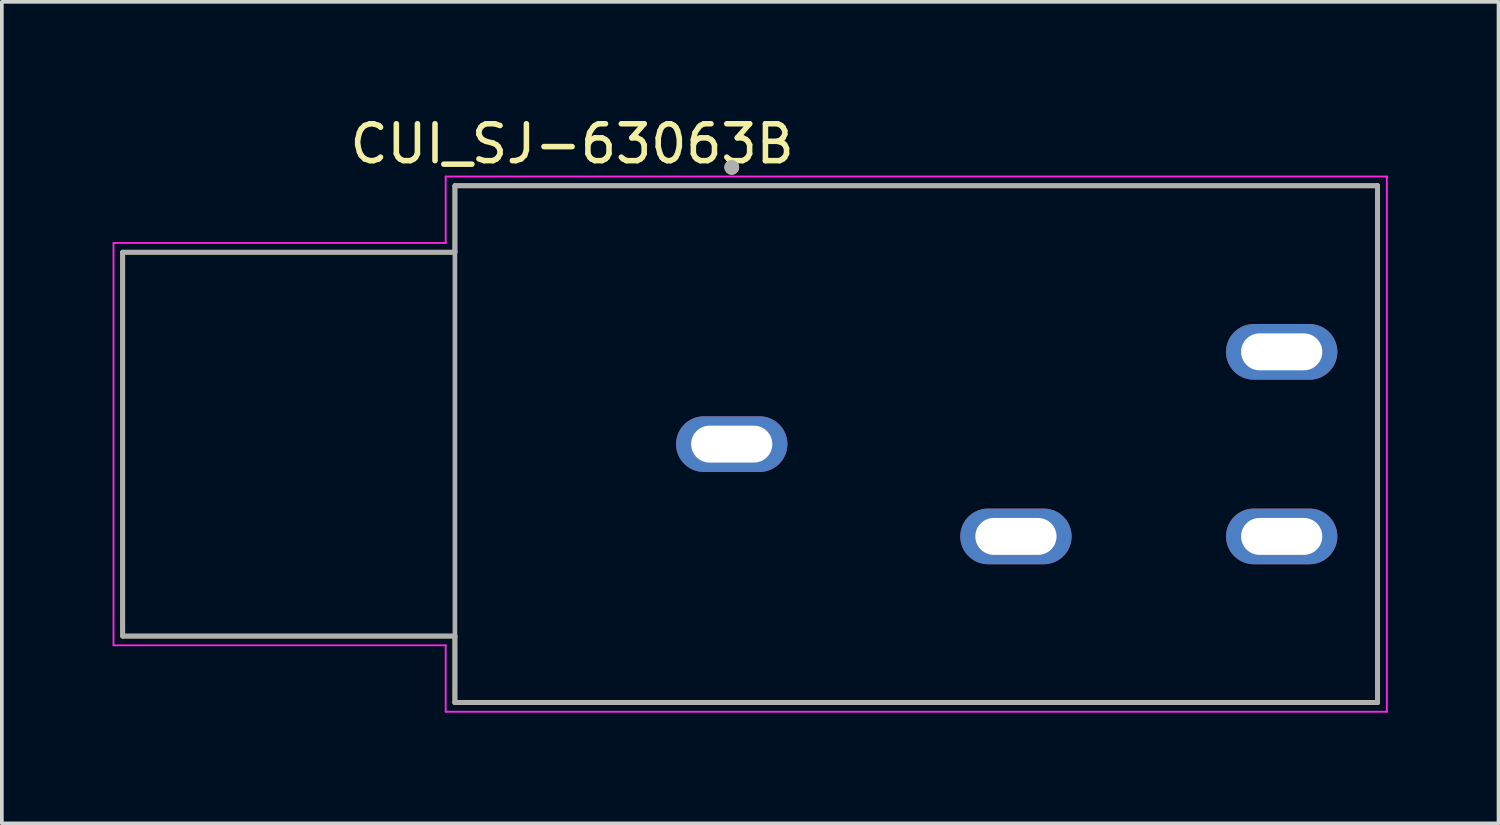
<source format=kicad_pcb>
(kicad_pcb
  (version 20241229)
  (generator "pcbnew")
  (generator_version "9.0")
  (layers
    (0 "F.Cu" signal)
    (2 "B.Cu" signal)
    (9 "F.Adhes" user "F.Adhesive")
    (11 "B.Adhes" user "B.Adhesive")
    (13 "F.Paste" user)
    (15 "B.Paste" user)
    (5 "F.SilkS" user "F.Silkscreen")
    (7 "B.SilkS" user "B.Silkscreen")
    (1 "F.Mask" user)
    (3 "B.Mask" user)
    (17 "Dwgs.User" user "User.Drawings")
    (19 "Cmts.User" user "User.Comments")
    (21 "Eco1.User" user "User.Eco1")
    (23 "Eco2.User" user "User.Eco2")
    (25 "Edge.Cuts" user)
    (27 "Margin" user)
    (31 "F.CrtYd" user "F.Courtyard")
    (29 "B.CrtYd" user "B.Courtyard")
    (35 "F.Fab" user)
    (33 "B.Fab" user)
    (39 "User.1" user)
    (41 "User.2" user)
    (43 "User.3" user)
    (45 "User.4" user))
  (footprint "CUI_SJ-63063B"
    (layer "F.Cu")
    (at 16.775 8.983)
    (property "Reference" "CUI_SJ-63063B" (at -4.325 -8.135 0) (layer "F.SilkS") (effects (font (size 1 1) (thickness 0.15))))
    (attr through_hole)
    (fp_line (start -16.5 -5.2) (end -16.5 5.2) (stroke (width 0.127) (type solid)) (layer "F.SilkS"))
    (fp_line (start -16.5 -5.2) (end -7.5 -5.2) (stroke (width 0.127) (type solid)) (layer "F.SilkS"))
    (fp_line (start -16.5 5.2) (end -7.5 5.2) (stroke (width 0.127) (type solid)) (layer "F.SilkS"))
    (fp_line (start -7.5 -7) (end 17.5 -7) (stroke (width 0.127) (type solid)) (layer "F.SilkS"))
    (fp_line (start -7.5 -5.2) (end -7.5 -7) (stroke (width 0.127) (type solid)) (layer "F.SilkS"))
    (fp_line (start -7.5 7) (end -7.5 5.2) (stroke (width 0.127) (type solid)) (layer "F.SilkS"))
    (fp_line (start 17.5 -7) (end 17.5 7) (stroke (width 0.127) (type solid)) (layer "F.SilkS"))
    (fp_line (start 17.5 7) (end -7.5 7) (stroke (width 0.127) (type solid)) (layer "F.SilkS"))
    (fp_circle (center 0 -7.5) (end 0.1 -7.5) (stroke (width 0.2) (type solid)) (fill no) (layer "F.SilkS"))
    (fp_line (start -16.75 -5.45) (end -16.75 5.45) (stroke (width 0.05) (type solid)) (layer "F.CrtYd"))
    (fp_line (start -16.75 -5.45) (end -7.75 -5.45) (stroke (width 0.05) (type solid)) (layer "F.CrtYd"))
    (fp_line (start -16.75 5.45) (end -7.75 5.45) (stroke (width 0.05) (type solid)) (layer "F.CrtYd"))
    (fp_line (start -7.75 -7.25) (end 17.75 -7.25) (stroke (width 0.05) (type solid)) (layer "F.CrtYd"))
    (fp_line (start -7.75 -5.45) (end -7.75 -7.25) (stroke (width 0.05) (type solid)) (layer "F.CrtYd"))
    (fp_line (start -7.75 7.25) (end -7.75 5.45) (stroke (width 0.05) (type solid)) (layer "F.CrtYd"))
    (fp_line (start 17.75 -7.25) (end 17.75 7.25) (stroke (width 0.05) (type solid)) (layer "F.CrtYd"))
    (fp_line (start 17.75 7.25) (end -7.75 7.25) (stroke (width 0.05) (type solid)) (layer "F.CrtYd"))
    (fp_line (start -16.5 -5.2) (end -16.5 5.2) (stroke (width 0.127) (type solid)) (layer "F.Fab"))
    (fp_line (start -16.5 -5.2) (end -7.5 -5.2) (stroke (width 0.127) (type solid)) (layer "F.Fab"))
    (fp_line (start -16.5 5.2) (end -7.5 5.2) (stroke (width 0.127) (type solid)) (layer "F.Fab"))
    (fp_line (start -7.5 -7) (end 17.5 -7) (stroke (width 0.127) (type solid)) (layer "F.Fab"))
    (fp_line (start -7.5 -5.2) (end -7.5 -7) (stroke (width 0.127) (type solid)) (layer "F.Fab"))
    (fp_line (start -7.5 5.2) (end -7.5 -5.2) (stroke (width 0.127) (type solid)) (layer "F.Fab"))
    (fp_line (start -7.5 7) (end -7.5 5.2) (stroke (width 0.127) (type solid)) (layer "F.Fab"))
    (fp_line (start 17.5 -7) (end 17.5 7) (stroke (width 0.127) (type solid)) (layer "F.Fab"))
    (fp_line (start 17.5 7) (end -7.5 7) (stroke (width 0.127) (type solid)) (layer "F.Fab"))
    (fp_circle (center 0 -7.5) (end 0.1 -7.5) (stroke (width 0.2) (type solid)) (fill no) (layer "F.Fab"))
    (pad "1" thru_hole oval (at 0 0) (size 3.016 1.508) (drill oval 2.2 1) (layers "*.Cu" "*.Mask"))
    (pad "2" thru_hole oval (at 14.9 2.5) (size 3.016 1.508) (drill oval 2.2 1) (layers "*.Cu" "*.Mask"))
    (pad "3" thru_hole oval (at 14.9 -2.5) (size 3.016 1.508) (drill oval 2.2 1) (layers "*.Cu" "*.Mask"))
    (pad "4" thru_hole oval (at 7.7 2.5) (size 3.016 1.508) (drill oval 2.2 1) (layers "*.Cu" "*.Mask")))
  (gr_rect
    (start -3 -3)
    (end 37.55 19.258)
    (stroke (width 0.1) (type default))
    (fill no)
    (layer "Edge.Cuts")))
</source>
